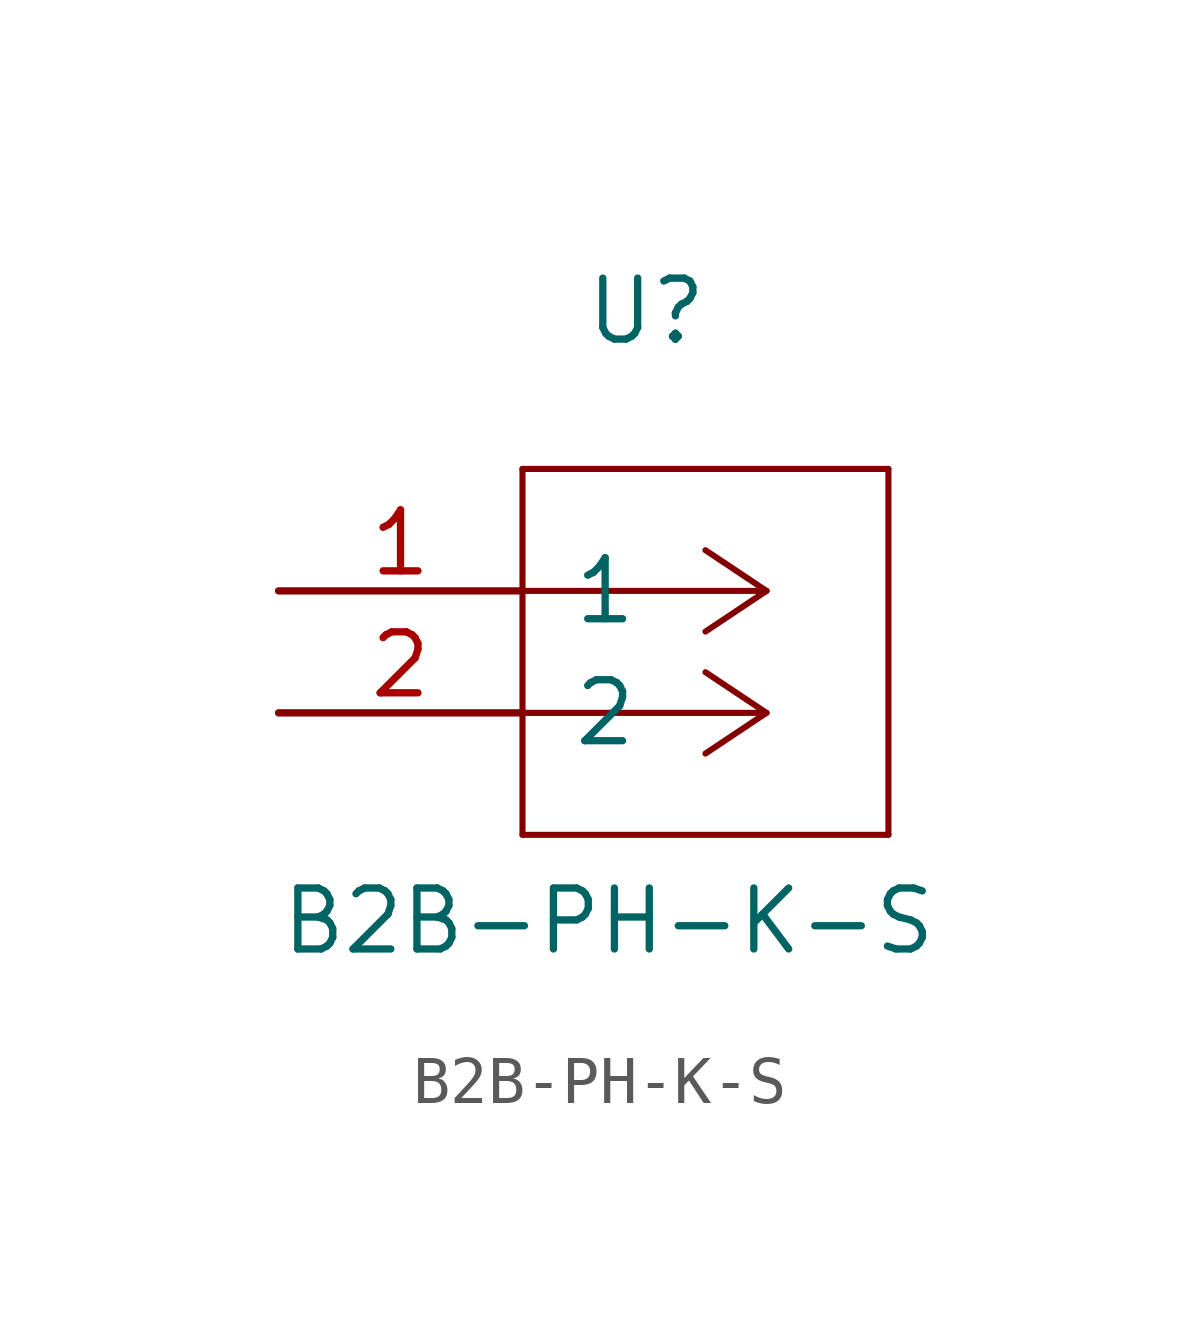
<source format=kicad_sym>
(kicad_symbol_lib
  (version 20220914)
  (generator kicad_symbol_editor)
  (symbol "B2B-PH-K-S"
    (pin_names
      (offset 1.016))
    (property "Reference" "U"
      (at 6.35 2.54 0)
      (effects (font (size 1.27 1.27)) (justify left bottom)))
    (property "Value" "B2B-PH-K-S"
      (at 0 -10.16 0)
      (effects (font (size 1.27 1.27)) (justify left bottom)))
    (symbol "B2B-PH-K-S_1_1"
      (polyline (pts (xy 5.08 -7.62) (xy 12.7 -7.62)) (stroke (width 0.127) (type default)) (fill (type none)))
      (polyline (pts (xy 5.08 0) (xy 5.08 -7.62)) (stroke (width 0.127) (type default)) (fill (type none)))
      (polyline (pts (xy 10.16 -5.08) (xy 5.08 -5.08)) (stroke (width 0.127) (type default)) (fill (type none)))
      (polyline (pts (xy 10.16 -5.08) (xy 8.89 -5.927)) (stroke (width 0.127) (type default)) (fill (type none)))
      (polyline (pts (xy 10.16 -5.08) (xy 8.89 -4.233)) (stroke (width 0.127) (type default)) (fill (type none)))
      (polyline (pts (xy 10.16 -2.54) (xy 5.08 -2.54)) (stroke (width 0.127) (type default)) (fill (type none)))
      (polyline (pts (xy 10.16 -2.54) (xy 8.89 -3.387)) (stroke (width 0.127) (type default)) (fill (type none)))
      (polyline (pts (xy 10.16 -2.54) (xy 8.89 -1.693)) (stroke (width 0.127) (type default)) (fill (type none)))
      (polyline (pts (xy 12.7 -7.62) (xy 12.7 0)) (stroke (width 0.127) (type default)) (fill (type none)))
      (polyline (pts (xy 12.7 0) (xy 5.08 0)) (stroke (width 0.127) (type default)) (fill (type none)))
      (pin unspecified line (at 0 -2.54 0) (length 5.08) (name "1" (effects (font (size 1.27 1.27)))) (number "1" (effects (font (size 1.27 1.27)))))
      (pin unspecified line (at 0 -5.08 0) (length 5.08) (name "2" (effects (font (size 1.27 1.27)))) (number "2" (effects (font (size 1.27 1.27))))))))
</source>
